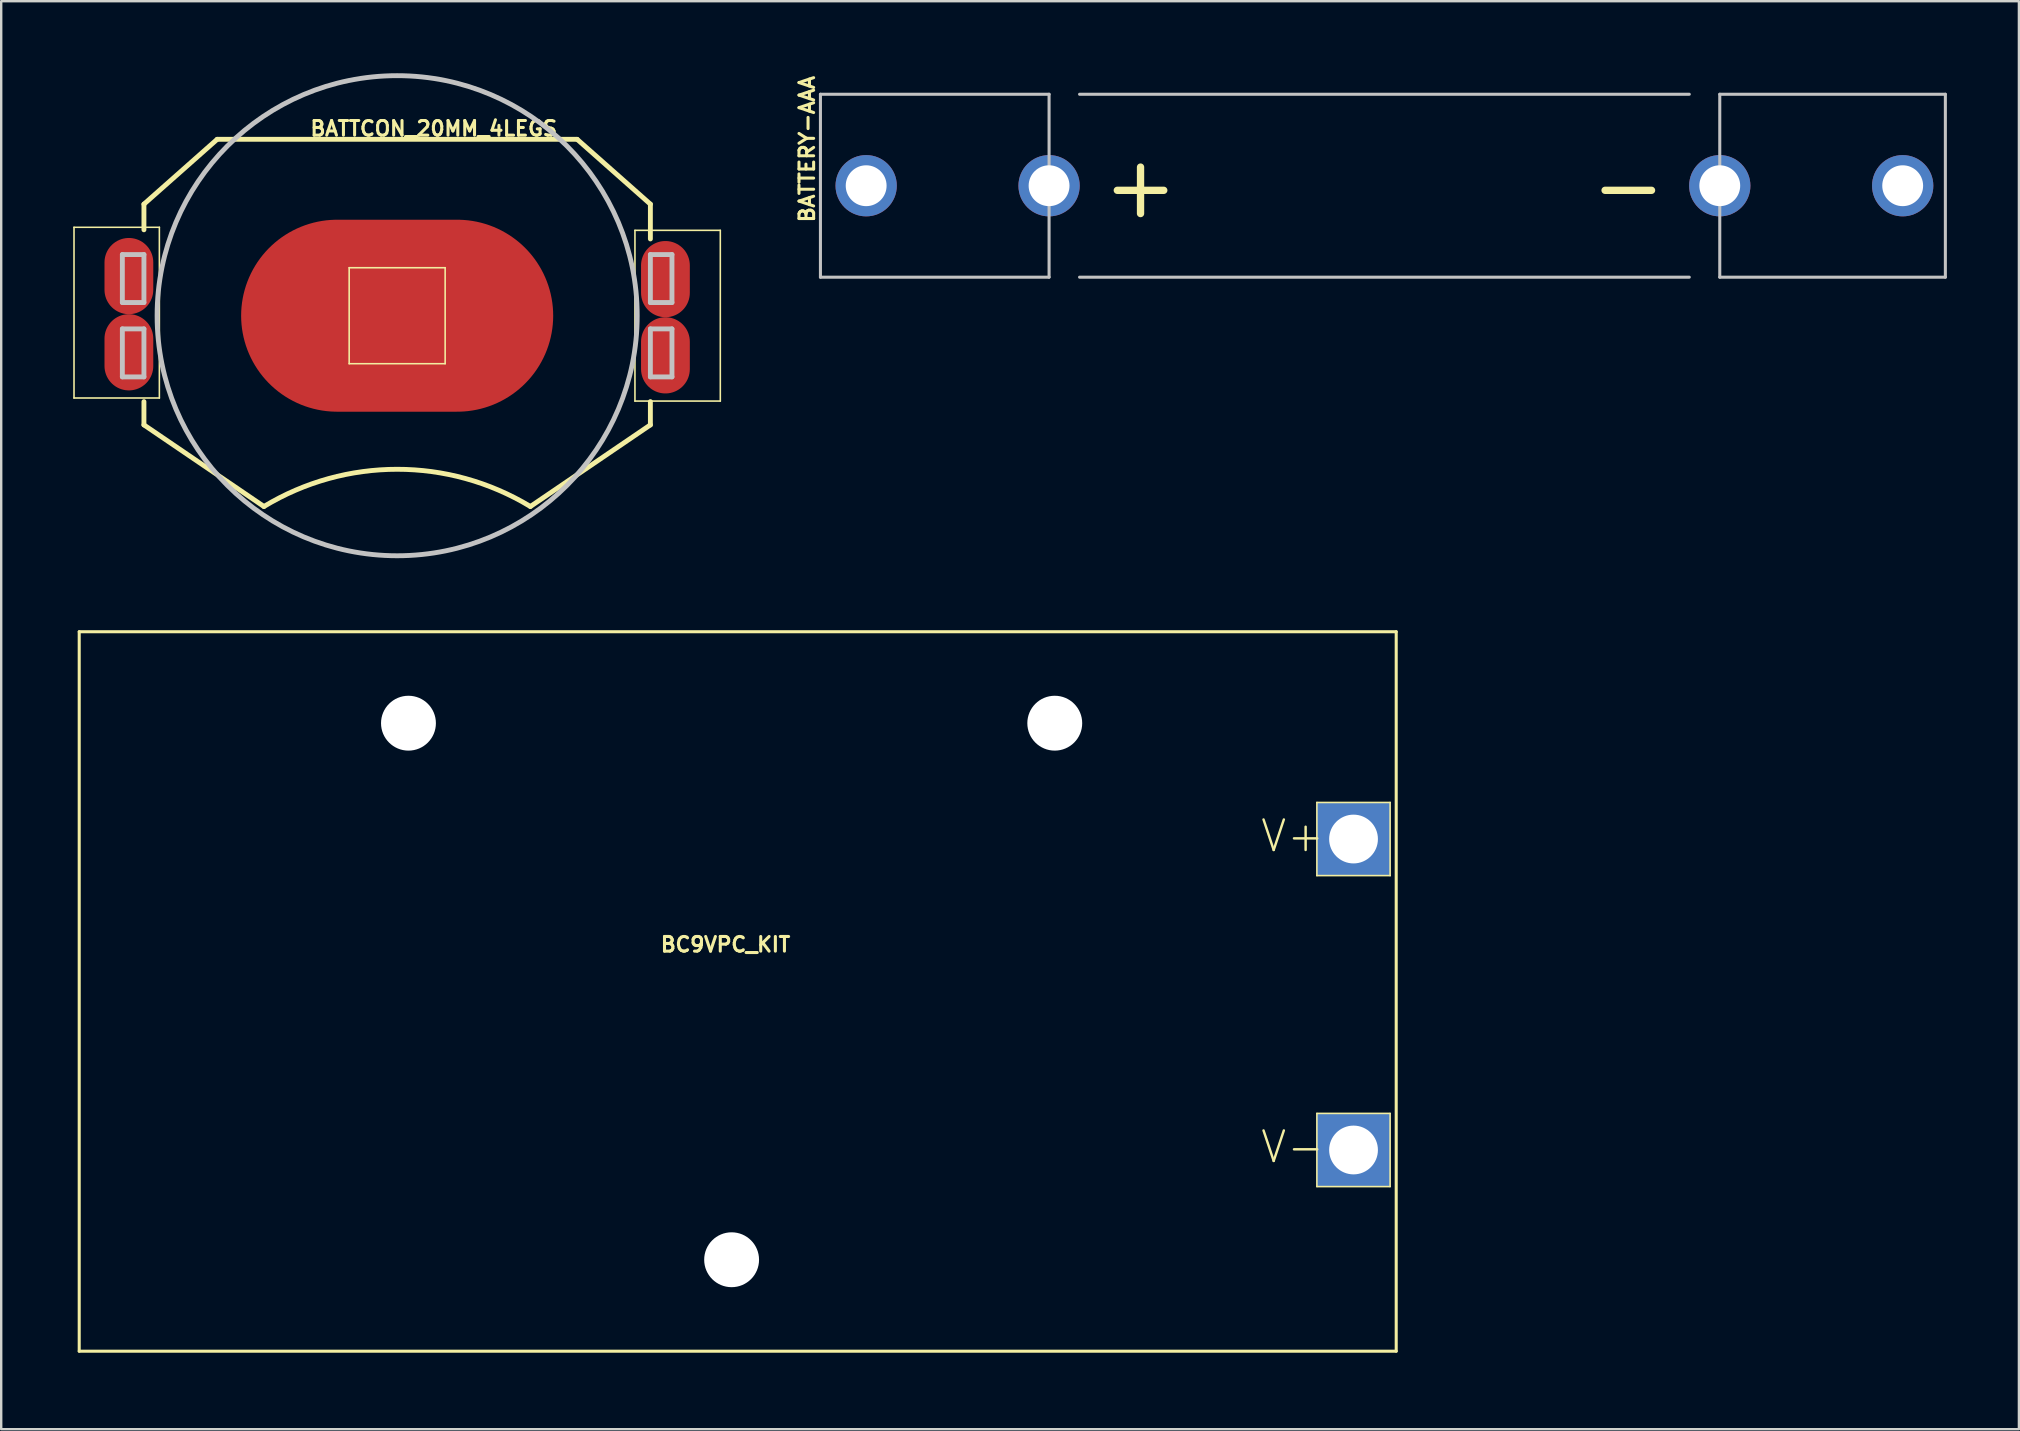
<source format=kicad_pcb>
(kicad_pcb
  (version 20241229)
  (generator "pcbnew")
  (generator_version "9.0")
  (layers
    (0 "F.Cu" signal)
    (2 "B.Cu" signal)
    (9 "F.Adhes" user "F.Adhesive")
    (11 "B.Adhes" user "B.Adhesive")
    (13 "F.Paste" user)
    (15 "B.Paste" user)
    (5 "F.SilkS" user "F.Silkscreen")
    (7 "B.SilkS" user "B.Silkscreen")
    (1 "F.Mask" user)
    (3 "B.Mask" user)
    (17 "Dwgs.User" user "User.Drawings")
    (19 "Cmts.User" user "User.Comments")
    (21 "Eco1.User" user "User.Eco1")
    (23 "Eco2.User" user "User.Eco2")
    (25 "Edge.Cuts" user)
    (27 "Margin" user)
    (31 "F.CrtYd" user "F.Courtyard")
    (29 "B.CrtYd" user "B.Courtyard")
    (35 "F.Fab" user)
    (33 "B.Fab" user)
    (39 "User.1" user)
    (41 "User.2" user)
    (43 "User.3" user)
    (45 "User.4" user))
  (footprint "BC9VPC_KIT"
    (layer "F.Cu")
    (at 0.25 53.239)
    (property "Reference" "BC9VPC_KIT" (at 26.924 -16.942 0) (layer "F.SilkS") (effects (font (size 0.61 0.61) (thickness 0.127))))
    (attr exclude_from_pos_files exclude_from_bom)
    (fp_line (start 0 -29.972) (end 54.864 -29.972) (stroke (width 0.127) (type solid)) (layer "F.SilkS"))
    (fp_line (start 0 0) (end 0 -29.972) (stroke (width 0.127) (type solid)) (layer "F.SilkS"))
    (fp_line (start 51.559 -22.86) (end 54.61 -22.86) (stroke (width 0.066) (type solid)) (layer "F.SilkS"))
    (fp_line (start 51.559 -19.812) (end 51.559 -22.86) (stroke (width 0.066) (type solid)) (layer "F.SilkS"))
    (fp_line (start 51.559 -19.812) (end 54.61 -19.812) (stroke (width 0.066) (type solid)) (layer "F.SilkS"))
    (fp_line (start 51.559 -9.906) (end 54.61 -9.906) (stroke (width 0.066) (type solid)) (layer "F.SilkS"))
    (fp_line (start 51.559 -6.858) (end 51.559 -9.906) (stroke (width 0.066) (type solid)) (layer "F.SilkS"))
    (fp_line (start 51.559 -6.858) (end 54.61 -6.858) (stroke (width 0.066) (type solid)) (layer "F.SilkS"))
    (fp_line (start 54.61 -19.812) (end 54.61 -22.86) (stroke (width 0.066) (type solid)) (layer "F.SilkS"))
    (fp_line (start 54.61 -6.858) (end 54.61 -9.906) (stroke (width 0.066) (type solid)) (layer "F.SilkS"))
    (fp_line (start 54.864 -29.972) (end 54.864 0) (stroke (width 0.127) (type solid)) (layer "F.SilkS"))
    (fp_line (start 54.864 0) (end 0 0) (stroke (width 0.127) (type solid)) (layer "F.SilkS"))
    (fp_text user "V-" (at 50.546 -8.509 0) (layer "F.SilkS") (effects (font (size 1.27 1.27) (thickness 0.102))))
    (fp_text user "V+" (at 50.546 -21.463 0) (layer "F.SilkS") (effects (font (size 1.27 1.27) (thickness 0.102))))
    (pad "" np_thru_hole circle (at 13.716 -26.162) (size 2.286 2.286) (drill 2.286) (layers "*.Cu" "*.Mask"))
    (pad "" np_thru_hole circle (at 27.178 -3.81) (size 2.286 2.286) (drill 2.286) (layers "*.Cu" "*.Mask"))
    (pad "" np_thru_hole circle (at 40.64 -26.162) (size 2.286 2.286) (drill 2.286) (layers "*.Cu" "*.Mask"))
    (pad "V+" thru_hole rect (at 53.086 -21.336) (size 3.048 3.048) (drill 2.032) (layers "*.Cu" "*.Paste" "*.Mask"))
    (pad "V-" thru_hole rect (at 53.086 -8.382) (size 3.048 3.048) (drill 2.032) (layers "*.Cu" "*.Paste" "*.Mask")))
  (footprint "BATTCON_20MM_4LEGS"
    (layer "F.Cu")
    (at 13.495 10.102)
    (property "Reference" "BATTCON_20MM_4LEGS" (at 1.524 -7.798 0) (layer "F.SilkS") (effects (font (size 0.61 0.61) (thickness 0.127))))
    (attr smd)
    (fp_line (start -13.462 -3.683) (end -9.906 -3.683) (stroke (width 0.066) (type solid)) (layer "F.SilkS"))
    (fp_line (start -13.462 3.429) (end -13.462 -3.683) (stroke (width 0.066) (type solid)) (layer "F.SilkS"))
    (fp_line (start -13.462 3.429) (end -9.906 3.429) (stroke (width 0.066) (type solid)) (layer "F.SilkS"))
    (fp_line (start -10.549 -3.579) (end -10.549 -4.648) (stroke (width 0.203) (type solid)) (layer "F.SilkS"))
    (fp_line (start -10.549 4.549) (end -10.549 3.579) (stroke (width 0.203) (type solid)) (layer "F.SilkS"))
    (fp_line (start -9.906 3.429) (end -9.906 -3.683) (stroke (width 0.066) (type solid)) (layer "F.SilkS"))
    (fp_line (start -7.498 -7.348) (end -10.549 -4.648) (stroke (width 0.203) (type solid)) (layer "F.SilkS"))
    (fp_line (start -7.498 -7.348) (end 7.498 -7.348) (stroke (width 0.203) (type solid)) (layer "F.SilkS"))
    (fp_line (start -5.55 7.948) (end -10.549 4.549) (stroke (width 0.203) (type solid)) (layer "F.SilkS"))
    (fp_line (start -1.999 -1.999) (end 1.999 -1.999) (stroke (width 0.066) (type solid)) (layer "F.SilkS"))
    (fp_line (start -1.999 1.999) (end -1.999 -1.999) (stroke (width 0.066) (type solid)) (layer "F.SilkS"))
    (fp_line (start -1.999 1.999) (end 1.999 1.999) (stroke (width 0.066) (type solid)) (layer "F.SilkS"))
    (fp_line (start 1.999 1.999) (end 1.999 -1.999) (stroke (width 0.066) (type solid)) (layer "F.SilkS"))
    (fp_line (start 7.498 -7.348) (end 10.549 -4.648) (stroke (width 0.203) (type solid)) (layer "F.SilkS"))
    (fp_line (start 9.906 -3.556) (end 13.462 -3.556) (stroke (width 0.066) (type solid)) (layer "F.SilkS"))
    (fp_line (start 9.906 3.556) (end 9.906 -3.556) (stroke (width 0.066) (type solid)) (layer "F.SilkS"))
    (fp_line (start 9.906 3.556) (end 13.462 3.556) (stroke (width 0.066) (type solid)) (layer "F.SilkS"))
    (fp_line (start 10.549 -4.648) (end 10.549 -3.198) (stroke (width 0.203) (type solid)) (layer "F.SilkS"))
    (fp_line (start 10.549 4.549) (end 5.55 7.948) (stroke (width 0.203) (type solid)) (layer "F.SilkS"))
    (fp_line (start 10.549 4.549) (end 10.549 3.579) (stroke (width 0.203) (type solid)) (layer "F.SilkS"))
    (fp_line (start 13.462 3.556) (end 13.462 -3.556) (stroke (width 0.066) (type solid)) (layer "F.SilkS"))
    (fp_arc (start -5.5499 7.94766) (mid -0.001137 6.397783) (end 5.547956 7.946482) (stroke (width 0.2032) (type solid)) (layer "F.SilkS"))
    (fp_line (start -11.448 -2.548) (end -10.549 -2.548) (stroke (width 0.203) (type solid)) (layer "Dwgs.User"))
    (fp_line (start -11.448 -0.549) (end -11.448 -2.548) (stroke (width 0.203) (type solid)) (layer "Dwgs.User"))
    (fp_line (start -11.448 0.549) (end -10.549 0.549) (stroke (width 0.203) (type solid)) (layer "Dwgs.User"))
    (fp_line (start -11.448 2.548) (end -11.448 0.549) (stroke (width 0.203) (type solid)) (layer "Dwgs.User"))
    (fp_line (start -10.549 -2.548) (end -10.549 -0.549) (stroke (width 0.203) (type solid)) (layer "Dwgs.User"))
    (fp_line (start -10.549 -0.549) (end -11.448 -0.549) (stroke (width 0.203) (type solid)) (layer "Dwgs.User"))
    (fp_line (start -10.549 0.549) (end -10.549 2.548) (stroke (width 0.203) (type solid)) (layer "Dwgs.User"))
    (fp_line (start -10.549 2.548) (end -11.448 2.548) (stroke (width 0.203) (type solid)) (layer "Dwgs.User"))
    (fp_line (start 10.549 -2.548) (end 10.549 -0.549) (stroke (width 0.203) (type solid)) (layer "Dwgs.User"))
    (fp_line (start 10.549 -2.548) (end 11.448 -2.548) (stroke (width 0.203) (type solid)) (layer "Dwgs.User"))
    (fp_line (start 10.549 0.549) (end 10.549 2.548) (stroke (width 0.203) (type solid)) (layer "Dwgs.User"))
    (fp_line (start 10.549 0.549) (end 11.448 0.549) (stroke (width 0.203) (type solid)) (layer "Dwgs.User"))
    (fp_line (start 11.448 -2.548) (end 11.448 -0.549) (stroke (width 0.203) (type solid)) (layer "Dwgs.User"))
    (fp_line (start 11.448 -0.549) (end 10.549 -0.549) (stroke (width 0.203) (type solid)) (layer "Dwgs.User"))
    (fp_line (start 11.448 0.549) (end 11.448 2.548) (stroke (width 0.203) (type solid)) (layer "Dwgs.User"))
    (fp_line (start 11.448 2.548) (end 10.549 2.548) (stroke (width 0.203) (type solid)) (layer "Dwgs.User"))
    (fp_circle (center 0 0) (end 0 -10) (stroke (width 0.203) (type solid)) (fill no) (layer "Dwgs.User"))
    (pad "NEGA" smd oval (at 0 0) (size 13 7.998) (layers "F.Cu" "F.Mask" "F.Paste"))
    (pad "POSI" smd oval (at -11.176 -1.651 180) (size 2.032 3.175) (layers "F.Cu" "F.Mask" "F.Paste"))
    (pad "POSI" smd oval (at -11.176 1.524) (size 2.032 3.175) (layers "F.Cu" "F.Mask" "F.Paste"))
    (pad "POSI" smd oval (at 11.176 -1.524 180) (size 2.032 3.175) (layers "F.Cu" "F.Mask" "F.Paste"))
    (pad "POSI" smd oval (at 11.176 1.651) (size 2.032 3.175) (layers "F.Cu" "F.Mask" "F.Paste")))
  (footprint "BATTERY-AAA"
    (layer "F.Cu")
    (at 54.623 4.687)
    (property "Reference" "BATTERY-AAA" (at -24.054 -1.524 90) (layer "F.SilkS") (effects (font (size 0.61 0.61) (thickness 0.127))))
    (attr exclude_from_pos_files exclude_from_bom)
    (fp_line (start -23.495 -3.81) (end -13.97 -3.81) (stroke (width 0.127) (type solid)) (layer "Dwgs.User"))
    (fp_line (start -23.495 3.81) (end -23.495 -3.81) (stroke (width 0.127) (type solid)) (layer "Dwgs.User"))
    (fp_line (start -13.97 -3.81) (end -13.97 3.81) (stroke (width 0.127) (type solid)) (layer "Dwgs.User"))
    (fp_line (start -13.97 3.81) (end -23.495 3.81) (stroke (width 0.127) (type solid)) (layer "Dwgs.User"))
    (fp_line (start -12.7 -3.81) (end 12.7 -3.81) (stroke (width 0.127) (type solid)) (layer "Dwgs.User"))
    (fp_line (start 12.7 3.81) (end -12.7 3.81) (stroke (width 0.127) (type solid)) (layer "Dwgs.User"))
    (fp_line (start 13.97 -3.81) (end 13.97 3.81) (stroke (width 0.127) (type solid)) (layer "Dwgs.User"))
    (fp_line (start 13.97 3.81) (end 23.368 3.81) (stroke (width 0.127) (type solid)) (layer "Dwgs.User"))
    (fp_line (start 23.368 -3.81) (end 13.97 -3.81) (stroke (width 0.127) (type solid)) (layer "Dwgs.User"))
    (fp_line (start 23.368 3.81) (end 23.368 -3.81) (stroke (width 0.127) (type solid)) (layer "Dwgs.User"))
    (fp_text user "+" (at -10.16 0 0) (layer "F.SilkS") (effects (font (size 2.54 2.54) (thickness 0.305))))
    (fp_text user "-" (at 10.16 0 0) (layer "F.SilkS") (effects (font (size 2.54 2.54) (thickness 0.305))))
    (pad "GND@" thru_hole circle (at 13.97 0) (size 2.553 2.553) (drill 1.702) (layers "*.Cu" "*.Paste" "*.Mask"))
    (pad "GND@" thru_hole circle (at 21.59 0) (size 2.553 2.553) (drill 1.702) (layers "*.Cu" "*.Paste" "*.Mask"))
    (pad "PWR@" thru_hole circle (at -21.59 0) (size 2.553 2.553) (drill 1.702) (layers "*.Cu" "*.Paste" "*.Mask"))
    (pad "PWR@" thru_hole circle (at -13.97 0) (size 2.553 2.553) (drill 1.702) (layers "*.Cu" "*.Paste" "*.Mask")))
  (gr_rect
    (start -3 -3)
    (end 81.055 56.489)
    (stroke (width 0.1) (type default))
    (fill no)
    (layer "Edge.Cuts")))
</source>
